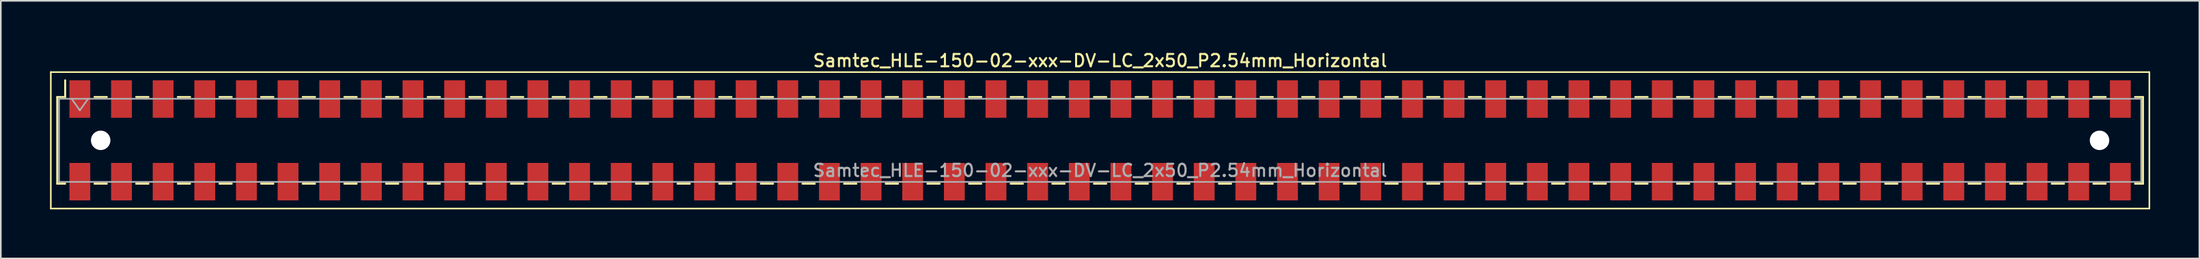
<source format=kicad_pcb>
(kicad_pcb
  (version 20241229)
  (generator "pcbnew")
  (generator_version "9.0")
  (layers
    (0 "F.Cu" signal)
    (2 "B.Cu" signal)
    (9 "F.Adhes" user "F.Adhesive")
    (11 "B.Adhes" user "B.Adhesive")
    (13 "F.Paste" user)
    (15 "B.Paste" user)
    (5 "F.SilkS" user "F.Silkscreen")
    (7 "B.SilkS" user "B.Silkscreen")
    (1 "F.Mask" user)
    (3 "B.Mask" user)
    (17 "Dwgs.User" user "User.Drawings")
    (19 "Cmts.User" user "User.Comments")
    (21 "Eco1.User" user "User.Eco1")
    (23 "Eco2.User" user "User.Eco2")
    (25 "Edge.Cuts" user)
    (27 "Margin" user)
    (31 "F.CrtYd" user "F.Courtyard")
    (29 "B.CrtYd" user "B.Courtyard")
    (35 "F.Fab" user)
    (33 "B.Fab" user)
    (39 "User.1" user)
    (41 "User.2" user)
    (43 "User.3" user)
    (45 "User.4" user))
  (footprint "Samtec_HLE-150-02-xxx-DV-LC_2x50_P2.54mm_Horizontal"
    (layer "F.Cu")
    (at 64.05 5.528)
    (property "Reference" "Samtec_HLE-150-02-xxx-DV-LC_2x50_P2.54mm_Horizontal" (at 0 -4.87 0) (layer "F.SilkS") (effects (font (size 0.75 0.75) (thickness 0.125))))
    (attr smd)
    (fp_line (start -64 -4.17) (end 64 -4.17) (stroke (width 0.1) (type solid)) (layer "F.SilkS"))
    (fp_line (start -64 4.17) (end -64 -4.17) (stroke (width 0.1) (type solid)) (layer "F.SilkS"))
    (fp_line (start -63.61 -2.65) (end -63.61 2.65) (stroke (width 0.12) (type solid)) (layer "F.SilkS"))
    (fp_line (start -63.61 2.65) (end -63.125 2.65) (stroke (width 0.12) (type solid)) (layer "F.SilkS"))
    (fp_line (start -63.125 -3.67) (end -63.125 -2.65) (stroke (width 0.12) (type solid)) (layer "F.SilkS"))
    (fp_line (start -63.125 -2.65) (end -63.61 -2.65) (stroke (width 0.12) (type solid)) (layer "F.SilkS"))
    (fp_line (start -61.335 -2.65) (end -60.585 -2.65) (stroke (width 0.12) (type solid)) (layer "F.SilkS"))
    (fp_line (start -61.335 2.65) (end -60.585 2.65) (stroke (width 0.12) (type solid)) (layer "F.SilkS"))
    (fp_line (start -58.795 -2.65) (end -58.045 -2.65) (stroke (width 0.12) (type solid)) (layer "F.SilkS"))
    (fp_line (start -58.795 2.65) (end -58.045 2.65) (stroke (width 0.12) (type solid)) (layer "F.SilkS"))
    (fp_line (start -56.255 -2.65) (end -55.505 -2.65) (stroke (width 0.12) (type solid)) (layer "F.SilkS"))
    (fp_line (start -56.255 2.65) (end -55.505 2.65) (stroke (width 0.12) (type solid)) (layer "F.SilkS"))
    (fp_line (start -53.715 -2.65) (end -52.965 -2.65) (stroke (width 0.12) (type solid)) (layer "F.SilkS"))
    (fp_line (start -53.715 2.65) (end -52.965 2.65) (stroke (width 0.12) (type solid)) (layer "F.SilkS"))
    (fp_line (start -51.175 -2.65) (end -50.425 -2.65) (stroke (width 0.12) (type solid)) (layer "F.SilkS"))
    (fp_line (start -51.175 2.65) (end -50.425 2.65) (stroke (width 0.12) (type solid)) (layer "F.SilkS"))
    (fp_line (start -48.635 -2.65) (end -47.885 -2.65) (stroke (width 0.12) (type solid)) (layer "F.SilkS"))
    (fp_line (start -48.635 2.65) (end -47.885 2.65) (stroke (width 0.12) (type solid)) (layer "F.SilkS"))
    (fp_line (start -46.095 -2.65) (end -45.345 -2.65) (stroke (width 0.12) (type solid)) (layer "F.SilkS"))
    (fp_line (start -46.095 2.65) (end -45.345 2.65) (stroke (width 0.12) (type solid)) (layer "F.SilkS"))
    (fp_line (start -43.555 -2.65) (end -42.805 -2.65) (stroke (width 0.12) (type solid)) (layer "F.SilkS"))
    (fp_line (start -43.555 2.65) (end -42.805 2.65) (stroke (width 0.12) (type solid)) (layer "F.SilkS"))
    (fp_line (start -41.015 -2.65) (end -40.265 -2.65) (stroke (width 0.12) (type solid)) (layer "F.SilkS"))
    (fp_line (start -41.015 2.65) (end -40.265 2.65) (stroke (width 0.12) (type solid)) (layer "F.SilkS"))
    (fp_line (start -38.475 -2.65) (end -37.725 -2.65) (stroke (width 0.12) (type solid)) (layer "F.SilkS"))
    (fp_line (start -38.475 2.65) (end -37.725 2.65) (stroke (width 0.12) (type solid)) (layer "F.SilkS"))
    (fp_line (start -35.935 -2.65) (end -35.185 -2.65) (stroke (width 0.12) (type solid)) (layer "F.SilkS"))
    (fp_line (start -35.935 2.65) (end -35.185 2.65) (stroke (width 0.12) (type solid)) (layer "F.SilkS"))
    (fp_line (start -33.395 -2.65) (end -32.645 -2.65) (stroke (width 0.12) (type solid)) (layer "F.SilkS"))
    (fp_line (start -33.395 2.65) (end -32.645 2.65) (stroke (width 0.12) (type solid)) (layer "F.SilkS"))
    (fp_line (start -30.855 -2.65) (end -30.105 -2.65) (stroke (width 0.12) (type solid)) (layer "F.SilkS"))
    (fp_line (start -30.855 2.65) (end -30.105 2.65) (stroke (width 0.12) (type solid)) (layer "F.SilkS"))
    (fp_line (start -28.315 -2.65) (end -27.565 -2.65) (stroke (width 0.12) (type solid)) (layer "F.SilkS"))
    (fp_line (start -28.315 2.65) (end -27.565 2.65) (stroke (width 0.12) (type solid)) (layer "F.SilkS"))
    (fp_line (start -25.775 -2.65) (end -25.025 -2.65) (stroke (width 0.12) (type solid)) (layer "F.SilkS"))
    (fp_line (start -25.775 2.65) (end -25.025 2.65) (stroke (width 0.12) (type solid)) (layer "F.SilkS"))
    (fp_line (start -23.235 -2.65) (end -22.485 -2.65) (stroke (width 0.12) (type solid)) (layer "F.SilkS"))
    (fp_line (start -23.235 2.65) (end -22.485 2.65) (stroke (width 0.12) (type solid)) (layer "F.SilkS"))
    (fp_line (start -20.695 -2.65) (end -19.945 -2.65) (stroke (width 0.12) (type solid)) (layer "F.SilkS"))
    (fp_line (start -20.695 2.65) (end -19.945 2.65) (stroke (width 0.12) (type solid)) (layer "F.SilkS"))
    (fp_line (start -18.155 -2.65) (end -17.405 -2.65) (stroke (width 0.12) (type solid)) (layer "F.SilkS"))
    (fp_line (start -18.155 2.65) (end -17.405 2.65) (stroke (width 0.12) (type solid)) (layer "F.SilkS"))
    (fp_line (start -15.615 -2.65) (end -14.865 -2.65) (stroke (width 0.12) (type solid)) (layer "F.SilkS"))
    (fp_line (start -15.615 2.65) (end -14.865 2.65) (stroke (width 0.12) (type solid)) (layer "F.SilkS"))
    (fp_line (start -13.075 -2.65) (end -12.325 -2.65) (stroke (width 0.12) (type solid)) (layer "F.SilkS"))
    (fp_line (start -13.075 2.65) (end -12.325 2.65) (stroke (width 0.12) (type solid)) (layer "F.SilkS"))
    (fp_line (start -10.535 -2.65) (end -9.785 -2.65) (stroke (width 0.12) (type solid)) (layer "F.SilkS"))
    (fp_line (start -10.535 2.65) (end -9.785 2.65) (stroke (width 0.12) (type solid)) (layer "F.SilkS"))
    (fp_line (start -7.995 -2.65) (end -7.245 -2.65) (stroke (width 0.12) (type solid)) (layer "F.SilkS"))
    (fp_line (start -7.995 2.65) (end -7.245 2.65) (stroke (width 0.12) (type solid)) (layer "F.SilkS"))
    (fp_line (start -5.455 -2.65) (end -4.705 -2.65) (stroke (width 0.12) (type solid)) (layer "F.SilkS"))
    (fp_line (start -5.455 2.65) (end -4.705 2.65) (stroke (width 0.12) (type solid)) (layer "F.SilkS"))
    (fp_line (start -2.915 -2.65) (end -2.165 -2.65) (stroke (width 0.12) (type solid)) (layer "F.SilkS"))
    (fp_line (start -2.915 2.65) (end -2.165 2.65) (stroke (width 0.12) (type solid)) (layer "F.SilkS"))
    (fp_line (start -0.375 -2.65) (end 0.375 -2.65) (stroke (width 0.12) (type solid)) (layer "F.SilkS"))
    (fp_line (start -0.375 2.65) (end 0.375 2.65) (stroke (width 0.12) (type solid)) (layer "F.SilkS"))
    (fp_line (start 2.165 -2.65) (end 2.915 -2.65) (stroke (width 0.12) (type solid)) (layer "F.SilkS"))
    (fp_line (start 2.165 2.65) (end 2.915 2.65) (stroke (width 0.12) (type solid)) (layer "F.SilkS"))
    (fp_line (start 4.705 -2.65) (end 5.455 -2.65) (stroke (width 0.12) (type solid)) (layer "F.SilkS"))
    (fp_line (start 4.705 2.65) (end 5.455 2.65) (stroke (width 0.12) (type solid)) (layer "F.SilkS"))
    (fp_line (start 7.245 -2.65) (end 7.995 -2.65) (stroke (width 0.12) (type solid)) (layer "F.SilkS"))
    (fp_line (start 7.245 2.65) (end 7.995 2.65) (stroke (width 0.12) (type solid)) (layer "F.SilkS"))
    (fp_line (start 9.785 -2.65) (end 10.535 -2.65) (stroke (width 0.12) (type solid)) (layer "F.SilkS"))
    (fp_line (start 9.785 2.65) (end 10.535 2.65) (stroke (width 0.12) (type solid)) (layer "F.SilkS"))
    (fp_line (start 12.325 -2.65) (end 13.075 -2.65) (stroke (width 0.12) (type solid)) (layer "F.SilkS"))
    (fp_line (start 12.325 2.65) (end 13.075 2.65) (stroke (width 0.12) (type solid)) (layer "F.SilkS"))
    (fp_line (start 14.865 -2.65) (end 15.615 -2.65) (stroke (width 0.12) (type solid)) (layer "F.SilkS"))
    (fp_line (start 14.865 2.65) (end 15.615 2.65) (stroke (width 0.12) (type solid)) (layer "F.SilkS"))
    (fp_line (start 17.405 -2.65) (end 18.155 -2.65) (stroke (width 0.12) (type solid)) (layer "F.SilkS"))
    (fp_line (start 17.405 2.65) (end 18.155 2.65) (stroke (width 0.12) (type solid)) (layer "F.SilkS"))
    (fp_line (start 19.945 -2.65) (end 20.695 -2.65) (stroke (width 0.12) (type solid)) (layer "F.SilkS"))
    (fp_line (start 19.945 2.65) (end 20.695 2.65) (stroke (width 0.12) (type solid)) (layer "F.SilkS"))
    (fp_line (start 22.485 -2.65) (end 23.235 -2.65) (stroke (width 0.12) (type solid)) (layer "F.SilkS"))
    (fp_line (start 22.485 2.65) (end 23.235 2.65) (stroke (width 0.12) (type solid)) (layer "F.SilkS"))
    (fp_line (start 25.025 -2.65) (end 25.775 -2.65) (stroke (width 0.12) (type solid)) (layer "F.SilkS"))
    (fp_line (start 25.025 2.65) (end 25.775 2.65) (stroke (width 0.12) (type solid)) (layer "F.SilkS"))
    (fp_line (start 27.565 -2.65) (end 28.315 -2.65) (stroke (width 0.12) (type solid)) (layer "F.SilkS"))
    (fp_line (start 27.565 2.65) (end 28.315 2.65) (stroke (width 0.12) (type solid)) (layer "F.SilkS"))
    (fp_line (start 30.105 -2.65) (end 30.855 -2.65) (stroke (width 0.12) (type solid)) (layer "F.SilkS"))
    (fp_line (start 30.105 2.65) (end 30.855 2.65) (stroke (width 0.12) (type solid)) (layer "F.SilkS"))
    (fp_line (start 32.645 -2.65) (end 33.395 -2.65) (stroke (width 0.12) (type solid)) (layer "F.SilkS"))
    (fp_line (start 32.645 2.65) (end 33.395 2.65) (stroke (width 0.12) (type solid)) (layer "F.SilkS"))
    (fp_line (start 35.185 -2.65) (end 35.935 -2.65) (stroke (width 0.12) (type solid)) (layer "F.SilkS"))
    (fp_line (start 35.185 2.65) (end 35.935 2.65) (stroke (width 0.12) (type solid)) (layer "F.SilkS"))
    (fp_line (start 37.725 -2.65) (end 38.475 -2.65) (stroke (width 0.12) (type solid)) (layer "F.SilkS"))
    (fp_line (start 37.725 2.65) (end 38.475 2.65) (stroke (width 0.12) (type solid)) (layer "F.SilkS"))
    (fp_line (start 40.265 -2.65) (end 41.015 -2.65) (stroke (width 0.12) (type solid)) (layer "F.SilkS"))
    (fp_line (start 40.265 2.65) (end 41.015 2.65) (stroke (width 0.12) (type solid)) (layer "F.SilkS"))
    (fp_line (start 42.805 -2.65) (end 43.555 -2.65) (stroke (width 0.12) (type solid)) (layer "F.SilkS"))
    (fp_line (start 42.805 2.65) (end 43.555 2.65) (stroke (width 0.12) (type solid)) (layer "F.SilkS"))
    (fp_line (start 45.345 -2.65) (end 46.095 -2.65) (stroke (width 0.12) (type solid)) (layer "F.SilkS"))
    (fp_line (start 45.345 2.65) (end 46.095 2.65) (stroke (width 0.12) (type solid)) (layer "F.SilkS"))
    (fp_line (start 47.885 -2.65) (end 48.635 -2.65) (stroke (width 0.12) (type solid)) (layer "F.SilkS"))
    (fp_line (start 47.885 2.65) (end 48.635 2.65) (stroke (width 0.12) (type solid)) (layer "F.SilkS"))
    (fp_line (start 50.425 -2.65) (end 51.175 -2.65) (stroke (width 0.12) (type solid)) (layer "F.SilkS"))
    (fp_line (start 50.425 2.65) (end 51.175 2.65) (stroke (width 0.12) (type solid)) (layer "F.SilkS"))
    (fp_line (start 52.965 -2.65) (end 53.715 -2.65) (stroke (width 0.12) (type solid)) (layer "F.SilkS"))
    (fp_line (start 52.965 2.65) (end 53.715 2.65) (stroke (width 0.12) (type solid)) (layer "F.SilkS"))
    (fp_line (start 55.505 -2.65) (end 56.255 -2.65) (stroke (width 0.12) (type solid)) (layer "F.SilkS"))
    (fp_line (start 55.505 2.65) (end 56.255 2.65) (stroke (width 0.12) (type solid)) (layer "F.SilkS"))
    (fp_line (start 58.045 -2.65) (end 58.795 -2.65) (stroke (width 0.12) (type solid)) (layer "F.SilkS"))
    (fp_line (start 58.045 2.65) (end 58.795 2.65) (stroke (width 0.12) (type solid)) (layer "F.SilkS"))
    (fp_line (start 60.585 -2.65) (end 61.335 -2.65) (stroke (width 0.12) (type solid)) (layer "F.SilkS"))
    (fp_line (start 60.585 2.65) (end 61.335 2.65) (stroke (width 0.12) (type solid)) (layer "F.SilkS"))
    (fp_line (start 63.125 -2.65) (end 63.61 -2.65) (stroke (width 0.12) (type solid)) (layer "F.SilkS"))
    (fp_line (start 63.61 -2.65) (end 63.61 2.65) (stroke (width 0.12) (type solid)) (layer "F.SilkS"))
    (fp_line (start 63.61 2.65) (end 63.125 2.65) (stroke (width 0.12) (type solid)) (layer "F.SilkS"))
    (fp_line (start 64 -4.17) (end 64 4.17) (stroke (width 0.1) (type solid)) (layer "F.SilkS"))
    (fp_line (start 64 4.17) (end -64 4.17) (stroke (width 0.1) (type solid)) (layer "F.SilkS"))
    (fp_line (start -63.5 -2.54) (end 63.5 -2.54) (stroke (width 0.1) (type solid)) (layer "F.Fab"))
    (fp_line (start -63.5 2.54) (end -63.5 -2.54) (stroke (width 0.1) (type solid)) (layer "F.Fab"))
    (fp_line (start -62.73 -2.54) (end -62.23 -1.833) (stroke (width 0.1) (type solid)) (layer "F.Fab"))
    (fp_line (start -62.23 -1.833) (end -61.73 -2.54) (stroke (width 0.1) (type solid)) (layer "F.Fab"))
    (fp_line (start 63.5 -2.54) (end 63.5 2.54) (stroke (width 0.1) (type solid)) (layer "F.Fab"))
    (fp_line (start 63.5 2.54) (end -63.5 2.54) (stroke (width 0.1) (type solid)) (layer "F.Fab"))
    (fp_text user "${REFERENCE}" (at 0 1.84 0) (layer "F.Fab") (effects (font (size 0.75 0.75) (thickness 0.125))))
    (pad "" np_thru_hole circle (at -60.96 0) (size 1.19 1.19) (drill 1.19) (layers "*.Cu" "*.Mask"))
    (pad "" np_thru_hole circle (at 60.96 0) (size 1.19 1.19) (drill 1.19) (layers "*.Cu" "*.Mask"))
    (pad "1" smd rect (at -62.23 -2.525) (size 1.27 2.29) (layers "F.Cu" "F.Mask" "F.Paste"))
    (pad "2" smd rect (at -62.23 2.525) (size 1.27 2.29) (layers "F.Cu" "F.Mask" "F.Paste"))
    (pad "3" smd rect (at -59.69 -2.525) (size 1.27 2.29) (layers "F.Cu" "F.Mask" "F.Paste"))
    (pad "4" smd rect (at -59.69 2.525) (size 1.27 2.29) (layers "F.Cu" "F.Mask" "F.Paste"))
    (pad "5" smd rect (at -57.15 -2.525) (size 1.27 2.29) (layers "F.Cu" "F.Mask" "F.Paste"))
    (pad "6" smd rect (at -57.15 2.525) (size 1.27 2.29) (layers "F.Cu" "F.Mask" "F.Paste"))
    (pad "7" smd rect (at -54.61 -2.525) (size 1.27 2.29) (layers "F.Cu" "F.Mask" "F.Paste"))
    (pad "8" smd rect (at -54.61 2.525) (size 1.27 2.29) (layers "F.Cu" "F.Mask" "F.Paste"))
    (pad "9" smd rect (at -52.07 -2.525) (size 1.27 2.29) (layers "F.Cu" "F.Mask" "F.Paste"))
    (pad "10" smd rect (at -52.07 2.525) (size 1.27 2.29) (layers "F.Cu" "F.Mask" "F.Paste"))
    (pad "11" smd rect (at -49.53 -2.525) (size 1.27 2.29) (layers "F.Cu" "F.Mask" "F.Paste"))
    (pad "12" smd rect (at -49.53 2.525) (size 1.27 2.29) (layers "F.Cu" "F.Mask" "F.Paste"))
    (pad "13" smd rect (at -46.99 -2.525) (size 1.27 2.29) (layers "F.Cu" "F.Mask" "F.Paste"))
    (pad "14" smd rect (at -46.99 2.525) (size 1.27 2.29) (layers "F.Cu" "F.Mask" "F.Paste"))
    (pad "15" smd rect (at -44.45 -2.525) (size 1.27 2.29) (layers "F.Cu" "F.Mask" "F.Paste"))
    (pad "16" smd rect (at -44.45 2.525) (size 1.27 2.29) (layers "F.Cu" "F.Mask" "F.Paste"))
    (pad "17" smd rect (at -41.91 -2.525) (size 1.27 2.29) (layers "F.Cu" "F.Mask" "F.Paste"))
    (pad "18" smd rect (at -41.91 2.525) (size 1.27 2.29) (layers "F.Cu" "F.Mask" "F.Paste"))
    (pad "19" smd rect (at -39.37 -2.525) (size 1.27 2.29) (layers "F.Cu" "F.Mask" "F.Paste"))
    (pad "20" smd rect (at -39.37 2.525) (size 1.27 2.29) (layers "F.Cu" "F.Mask" "F.Paste"))
    (pad "21" smd rect (at -36.83 -2.525) (size 1.27 2.29) (layers "F.Cu" "F.Mask" "F.Paste"))
    (pad "22" smd rect (at -36.83 2.525) (size 1.27 2.29) (layers "F.Cu" "F.Mask" "F.Paste"))
    (pad "23" smd rect (at -34.29 -2.525) (size 1.27 2.29) (layers "F.Cu" "F.Mask" "F.Paste"))
    (pad "24" smd rect (at -34.29 2.525) (size 1.27 2.29) (layers "F.Cu" "F.Mask" "F.Paste"))
    (pad "25" smd rect (at -31.75 -2.525) (size 1.27 2.29) (layers "F.Cu" "F.Mask" "F.Paste"))
    (pad "26" smd rect (at -31.75 2.525) (size 1.27 2.29) (layers "F.Cu" "F.Mask" "F.Paste"))
    (pad "27" smd rect (at -29.21 -2.525) (size 1.27 2.29) (layers "F.Cu" "F.Mask" "F.Paste"))
    (pad "28" smd rect (at -29.21 2.525) (size 1.27 2.29) (layers "F.Cu" "F.Mask" "F.Paste"))
    (pad "29" smd rect (at -26.67 -2.525) (size 1.27 2.29) (layers "F.Cu" "F.Mask" "F.Paste"))
    (pad "30" smd rect (at -26.67 2.525) (size 1.27 2.29) (layers "F.Cu" "F.Mask" "F.Paste"))
    (pad "31" smd rect (at -24.13 -2.525) (size 1.27 2.29) (layers "F.Cu" "F.Mask" "F.Paste"))
    (pad "32" smd rect (at -24.13 2.525) (size 1.27 2.29) (layers "F.Cu" "F.Mask" "F.Paste"))
    (pad "33" smd rect (at -21.59 -2.525) (size 1.27 2.29) (layers "F.Cu" "F.Mask" "F.Paste"))
    (pad "34" smd rect (at -21.59 2.525) (size 1.27 2.29) (layers "F.Cu" "F.Mask" "F.Paste"))
    (pad "35" smd rect (at -19.05 -2.525) (size 1.27 2.29) (layers "F.Cu" "F.Mask" "F.Paste"))
    (pad "36" smd rect (at -19.05 2.525) (size 1.27 2.29) (layers "F.Cu" "F.Mask" "F.Paste"))
    (pad "37" smd rect (at -16.51 -2.525) (size 1.27 2.29) (layers "F.Cu" "F.Mask" "F.Paste"))
    (pad "38" smd rect (at -16.51 2.525) (size 1.27 2.29) (layers "F.Cu" "F.Mask" "F.Paste"))
    (pad "39" smd rect (at -13.97 -2.525) (size 1.27 2.29) (layers "F.Cu" "F.Mask" "F.Paste"))
    (pad "40" smd rect (at -13.97 2.525) (size 1.27 2.29) (layers "F.Cu" "F.Mask" "F.Paste"))
    (pad "41" smd rect (at -11.43 -2.525) (size 1.27 2.29) (layers "F.Cu" "F.Mask" "F.Paste"))
    (pad "42" smd rect (at -11.43 2.525) (size 1.27 2.29) (layers "F.Cu" "F.Mask" "F.Paste"))
    (pad "43" smd rect (at -8.89 -2.525) (size 1.27 2.29) (layers "F.Cu" "F.Mask" "F.Paste"))
    (pad "44" smd rect (at -8.89 2.525) (size 1.27 2.29) (layers "F.Cu" "F.Mask" "F.Paste"))
    (pad "45" smd rect (at -6.35 -2.525) (size 1.27 2.29) (layers "F.Cu" "F.Mask" "F.Paste"))
    (pad "46" smd rect (at -6.35 2.525) (size 1.27 2.29) (layers "F.Cu" "F.Mask" "F.Paste"))
    (pad "47" smd rect (at -3.81 -2.525) (size 1.27 2.29) (layers "F.Cu" "F.Mask" "F.Paste"))
    (pad "48" smd rect (at -3.81 2.525) (size 1.27 2.29) (layers "F.Cu" "F.Mask" "F.Paste"))
    (pad "49" smd rect (at -1.27 -2.525) (size 1.27 2.29) (layers "F.Cu" "F.Mask" "F.Paste"))
    (pad "50" smd rect (at -1.27 2.525) (size 1.27 2.29) (layers "F.Cu" "F.Mask" "F.Paste"))
    (pad "51" smd rect (at 1.27 -2.525) (size 1.27 2.29) (layers "F.Cu" "F.Mask" "F.Paste"))
    (pad "52" smd rect (at 1.27 2.525) (size 1.27 2.29) (layers "F.Cu" "F.Mask" "F.Paste"))
    (pad "53" smd rect (at 3.81 -2.525) (size 1.27 2.29) (layers "F.Cu" "F.Mask" "F.Paste"))
    (pad "54" smd rect (at 3.81 2.525) (size 1.27 2.29) (layers "F.Cu" "F.Mask" "F.Paste"))
    (pad "55" smd rect (at 6.35 -2.525) (size 1.27 2.29) (layers "F.Cu" "F.Mask" "F.Paste"))
    (pad "56" smd rect (at 6.35 2.525) (size 1.27 2.29) (layers "F.Cu" "F.Mask" "F.Paste"))
    (pad "57" smd rect (at 8.89 -2.525) (size 1.27 2.29) (layers "F.Cu" "F.Mask" "F.Paste"))
    (pad "58" smd rect (at 8.89 2.525) (size 1.27 2.29) (layers "F.Cu" "F.Mask" "F.Paste"))
    (pad "59" smd rect (at 11.43 -2.525) (size 1.27 2.29) (layers "F.Cu" "F.Mask" "F.Paste"))
    (pad "60" smd rect (at 11.43 2.525) (size 1.27 2.29) (layers "F.Cu" "F.Mask" "F.Paste"))
    (pad "61" smd rect (at 13.97 -2.525) (size 1.27 2.29) (layers "F.Cu" "F.Mask" "F.Paste"))
    (pad "62" smd rect (at 13.97 2.525) (size 1.27 2.29) (layers "F.Cu" "F.Mask" "F.Paste"))
    (pad "63" smd rect (at 16.51 -2.525) (size 1.27 2.29) (layers "F.Cu" "F.Mask" "F.Paste"))
    (pad "64" smd rect (at 16.51 2.525) (size 1.27 2.29) (layers "F.Cu" "F.Mask" "F.Paste"))
    (pad "65" smd rect (at 19.05 -2.525) (size 1.27 2.29) (layers "F.Cu" "F.Mask" "F.Paste"))
    (pad "66" smd rect (at 19.05 2.525) (size 1.27 2.29) (layers "F.Cu" "F.Mask" "F.Paste"))
    (pad "67" smd rect (at 21.59 -2.525) (size 1.27 2.29) (layers "F.Cu" "F.Mask" "F.Paste"))
    (pad "68" smd rect (at 21.59 2.525) (size 1.27 2.29) (layers "F.Cu" "F.Mask" "F.Paste"))
    (pad "69" smd rect (at 24.13 -2.525) (size 1.27 2.29) (layers "F.Cu" "F.Mask" "F.Paste"))
    (pad "70" smd rect (at 24.13 2.525) (size 1.27 2.29) (layers "F.Cu" "F.Mask" "F.Paste"))
    (pad "71" smd rect (at 26.67 -2.525) (size 1.27 2.29) (layers "F.Cu" "F.Mask" "F.Paste"))
    (pad "72" smd rect (at 26.67 2.525) (size 1.27 2.29) (layers "F.Cu" "F.Mask" "F.Paste"))
    (pad "73" smd rect (at 29.21 -2.525) (size 1.27 2.29) (layers "F.Cu" "F.Mask" "F.Paste"))
    (pad "74" smd rect (at 29.21 2.525) (size 1.27 2.29) (layers "F.Cu" "F.Mask" "F.Paste"))
    (pad "75" smd rect (at 31.75 -2.525) (size 1.27 2.29) (layers "F.Cu" "F.Mask" "F.Paste"))
    (pad "76" smd rect (at 31.75 2.525) (size 1.27 2.29) (layers "F.Cu" "F.Mask" "F.Paste"))
    (pad "77" smd rect (at 34.29 -2.525) (size 1.27 2.29) (layers "F.Cu" "F.Mask" "F.Paste"))
    (pad "78" smd rect (at 34.29 2.525) (size 1.27 2.29) (layers "F.Cu" "F.Mask" "F.Paste"))
    (pad "79" smd rect (at 36.83 -2.525) (size 1.27 2.29) (layers "F.Cu" "F.Mask" "F.Paste"))
    (pad "80" smd rect (at 36.83 2.525) (size 1.27 2.29) (layers "F.Cu" "F.Mask" "F.Paste"))
    (pad "81" smd rect (at 39.37 -2.525) (size 1.27 2.29) (layers "F.Cu" "F.Mask" "F.Paste"))
    (pad "82" smd rect (at 39.37 2.525) (size 1.27 2.29) (layers "F.Cu" "F.Mask" "F.Paste"))
    (pad "83" smd rect (at 41.91 -2.525) (size 1.27 2.29) (layers "F.Cu" "F.Mask" "F.Paste"))
    (pad "84" smd rect (at 41.91 2.525) (size 1.27 2.29) (layers "F.Cu" "F.Mask" "F.Paste"))
    (pad "85" smd rect (at 44.45 -2.525) (size 1.27 2.29) (layers "F.Cu" "F.Mask" "F.Paste"))
    (pad "86" smd rect (at 44.45 2.525) (size 1.27 2.29) (layers "F.Cu" "F.Mask" "F.Paste"))
    (pad "87" smd rect (at 46.99 -2.525) (size 1.27 2.29) (layers "F.Cu" "F.Mask" "F.Paste"))
    (pad "88" smd rect (at 46.99 2.525) (size 1.27 2.29) (layers "F.Cu" "F.Mask" "F.Paste"))
    (pad "89" smd rect (at 49.53 -2.525) (size 1.27 2.29) (layers "F.Cu" "F.Mask" "F.Paste"))
    (pad "90" smd rect (at 49.53 2.525) (size 1.27 2.29) (layers "F.Cu" "F.Mask" "F.Paste"))
    (pad "91" smd rect (at 52.07 -2.525) (size 1.27 2.29) (layers "F.Cu" "F.Mask" "F.Paste"))
    (pad "92" smd rect (at 52.07 2.525) (size 1.27 2.29) (layers "F.Cu" "F.Mask" "F.Paste"))
    (pad "93" smd rect (at 54.61 -2.525) (size 1.27 2.29) (layers "F.Cu" "F.Mask" "F.Paste"))
    (pad "94" smd rect (at 54.61 2.525) (size 1.27 2.29) (layers "F.Cu" "F.Mask" "F.Paste"))
    (pad "95" smd rect (at 57.15 -2.525) (size 1.27 2.29) (layers "F.Cu" "F.Mask" "F.Paste"))
    (pad "96" smd rect (at 57.15 2.525) (size 1.27 2.29) (layers "F.Cu" "F.Mask" "F.Paste"))
    (pad "97" smd rect (at 59.69 -2.525) (size 1.27 2.29) (layers "F.Cu" "F.Mask" "F.Paste"))
    (pad "98" smd rect (at 59.69 2.525) (size 1.27 2.29) (layers "F.Cu" "F.Mask" "F.Paste"))
    (pad "99" smd rect (at 62.23 -2.525) (size 1.27 2.29) (layers "F.Cu" "F.Mask" "F.Paste"))
    (pad "100" smd rect (at 62.23 2.525) (size 1.27 2.29) (layers "F.Cu" "F.Mask" "F.Paste")))
  (gr_rect
    (start -3 -3)
    (end 131.1 12.748)
    (stroke (width 0.1) (type default))
    (fill no)
    (layer "Edge.Cuts")))
</source>
